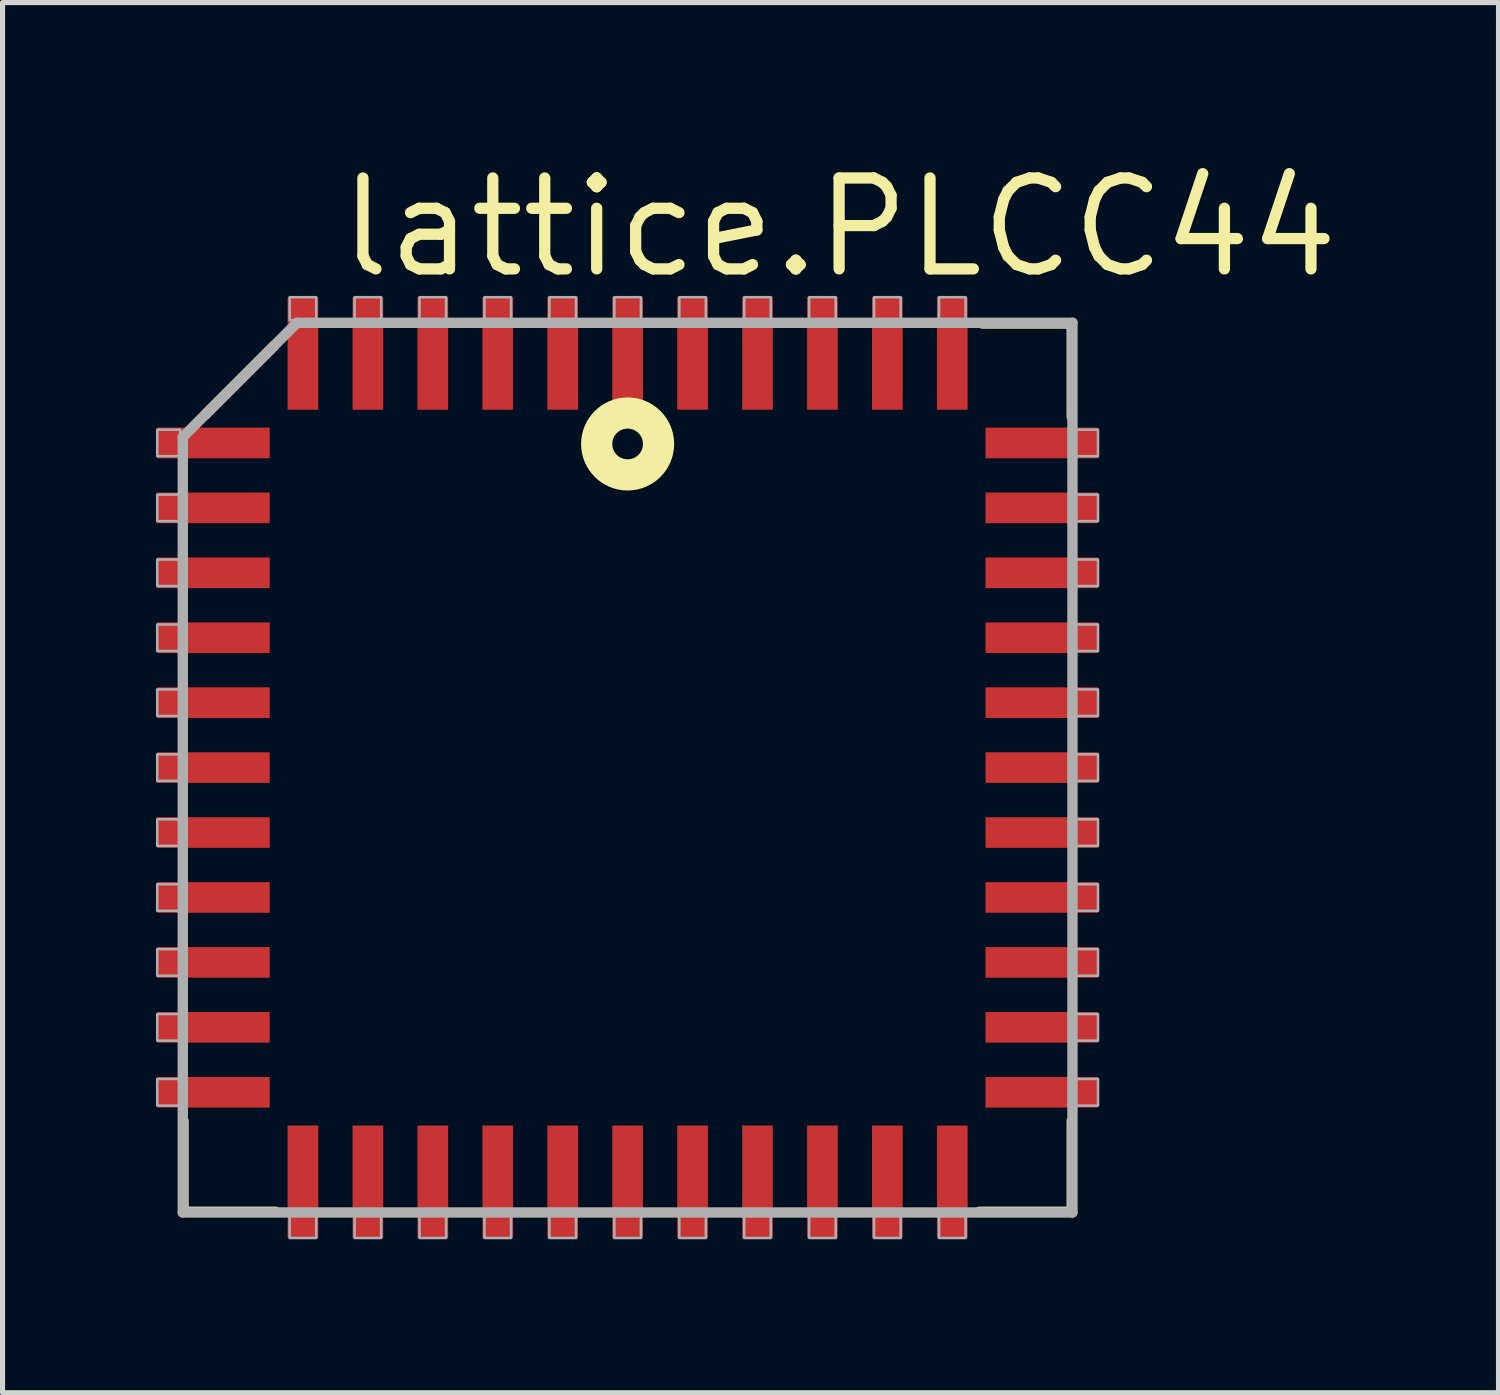
<source format=kicad_pcb>
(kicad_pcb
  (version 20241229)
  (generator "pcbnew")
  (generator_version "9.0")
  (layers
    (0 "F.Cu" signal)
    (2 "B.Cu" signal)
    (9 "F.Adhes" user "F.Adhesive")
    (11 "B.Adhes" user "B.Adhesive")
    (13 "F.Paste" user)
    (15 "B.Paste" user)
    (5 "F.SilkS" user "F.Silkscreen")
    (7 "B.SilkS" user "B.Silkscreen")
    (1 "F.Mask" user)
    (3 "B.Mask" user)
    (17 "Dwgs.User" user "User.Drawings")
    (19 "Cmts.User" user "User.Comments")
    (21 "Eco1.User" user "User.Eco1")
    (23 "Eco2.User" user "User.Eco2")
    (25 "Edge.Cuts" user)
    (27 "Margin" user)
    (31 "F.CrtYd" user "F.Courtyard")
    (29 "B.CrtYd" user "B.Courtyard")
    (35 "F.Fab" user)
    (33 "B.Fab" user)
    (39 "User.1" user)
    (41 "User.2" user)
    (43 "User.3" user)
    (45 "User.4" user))
  (footprint "lattice.PLCC44"
    (layer "F.Cu")
    (at 9.225 11.963)
    (property "Reference" "lattice.PLCC44" (at -5.745 -9.525 0) (layer "F.SilkS") (effects (font (size 1.778 1.778) (thickness 0.22)) (justify left bottom)))
    (attr smd)
    (fp_line (start -8.687 6.909) (end -8.687 8.687) (stroke (width 0.203) (type default)) (layer "F.SilkS"))
    (fp_line (start -8.687 8.687) (end -6.883 8.687) (stroke (width 0.203) (type default)) (layer "F.SilkS"))
    (fp_line (start -8.255 -6.909) (end -6.909 -8.255) (stroke (width 0.203) (type default)) (layer "F.SilkS"))
    (fp_line (start 6.883 8.687) (end 8.687 8.687) (stroke (width 0.203) (type default)) (layer "F.SilkS"))
    (fp_line (start 8.687 -8.687) (end 6.934 -8.687) (stroke (width 0.203) (type default)) (layer "F.SilkS"))
    (fp_line (start 8.687 -6.858) (end 8.687 -8.687) (stroke (width 0.203) (type default)) (layer "F.SilkS"))
    (fp_line (start 8.687 8.687) (end 8.687 6.909) (stroke (width 0.203) (type default)) (layer "F.SilkS"))
    (fp_circle (center 0 -6.33) (end 0.3 -6.33) (stroke (width 0.61) (type default)) (fill no) (layer "F.SilkS"))
    (fp_line (start -8.7 -6.465) (end -8.7 8.7) (stroke (width 0.203) (type default)) (layer "F.Fab"))
    (fp_line (start -8.7 8.7) (end 8.7 8.7) (stroke (width 0.203) (type default)) (layer "F.Fab"))
    (fp_line (start -6.465 -8.7) (end -8.7 -6.465) (stroke (width 0.203) (type default)) (layer "F.Fab"))
    (fp_line (start 8.7 -8.7) (end -6.465 -8.7) (stroke (width 0.203) (type default)) (layer "F.Fab"))
    (fp_line (start 8.7 8.7) (end 8.7 -8.7) (stroke (width 0.203) (type default)) (layer "F.Fab"))
    (fp_rect (start -9.2 -6.09) (end -8.75 -6.61) (stroke (width 0.05) (type default)) (fill no) (layer "F.Fab"))
    (fp_rect (start -9.2 -4.82) (end -8.75 -5.34) (stroke (width 0.05) (type default)) (fill no) (layer "F.Fab"))
    (fp_rect (start -9.2 -3.55) (end -8.75 -4.07) (stroke (width 0.05) (type default)) (fill no) (layer "F.Fab"))
    (fp_rect (start -9.2 -2.28) (end -8.75 -2.8) (stroke (width 0.05) (type default)) (fill no) (layer "F.Fab"))
    (fp_rect (start -9.2 -1.01) (end -8.75 -1.53) (stroke (width 0.05) (type default)) (fill no) (layer "F.Fab"))
    (fp_rect (start -9.2 0.26) (end -8.75 -0.26) (stroke (width 0.05) (type default)) (fill no) (layer "F.Fab"))
    (fp_rect (start -9.2 1.53) (end -8.75 1.01) (stroke (width 0.05) (type default)) (fill no) (layer "F.Fab"))
    (fp_rect (start -9.2 2.8) (end -8.75 2.28) (stroke (width 0.05) (type default)) (fill no) (layer "F.Fab"))
    (fp_rect (start -9.2 4.07) (end -8.75 3.55) (stroke (width 0.05) (type default)) (fill no) (layer "F.Fab"))
    (fp_rect (start -9.2 5.34) (end -8.75 4.82) (stroke (width 0.05) (type default)) (fill no) (layer "F.Fab"))
    (fp_rect (start -9.2 6.61) (end -8.75 6.09) (stroke (width 0.05) (type default)) (fill no) (layer "F.Fab"))
    (fp_rect (start -6.61 -8.75) (end -6.09 -9.2) (stroke (width 0.05) (type default)) (fill no) (layer "F.Fab"))
    (fp_rect (start -6.61 9.2) (end -6.09 8.75) (stroke (width 0.05) (type default)) (fill no) (layer "F.Fab"))
    (fp_rect (start -5.34 -8.75) (end -4.82 -9.2) (stroke (width 0.05) (type default)) (fill no) (layer "F.Fab"))
    (fp_rect (start -5.34 9.2) (end -4.82 8.75) (stroke (width 0.05) (type default)) (fill no) (layer "F.Fab"))
    (fp_rect (start -4.07 -8.75) (end -3.55 -9.2) (stroke (width 0.05) (type default)) (fill no) (layer "F.Fab"))
    (fp_rect (start -4.07 9.2) (end -3.55 8.75) (stroke (width 0.05) (type default)) (fill no) (layer "F.Fab"))
    (fp_rect (start -2.8 -8.75) (end -2.28 -9.2) (stroke (width 0.05) (type default)) (fill no) (layer "F.Fab"))
    (fp_rect (start -2.8 9.2) (end -2.28 8.75) (stroke (width 0.05) (type default)) (fill no) (layer "F.Fab"))
    (fp_rect (start -1.53 -8.75) (end -1.01 -9.2) (stroke (width 0.05) (type default)) (fill no) (layer "F.Fab"))
    (fp_rect (start -1.53 9.2) (end -1.01 8.75) (stroke (width 0.05) (type default)) (fill no) (layer "F.Fab"))
    (fp_rect (start -0.26 -8.75) (end 0.26 -9.2) (stroke (width 0.05) (type default)) (fill no) (layer "F.Fab"))
    (fp_rect (start -0.26 9.2) (end 0.26 8.75) (stroke (width 0.05) (type default)) (fill no) (layer "F.Fab"))
    (fp_rect (start 1.01 -8.75) (end 1.53 -9.2) (stroke (width 0.05) (type default)) (fill no) (layer "F.Fab"))
    (fp_rect (start 1.01 9.2) (end 1.53 8.75) (stroke (width 0.05) (type default)) (fill no) (layer "F.Fab"))
    (fp_rect (start 2.28 -8.75) (end 2.8 -9.2) (stroke (width 0.05) (type default)) (fill no) (layer "F.Fab"))
    (fp_rect (start 2.28 9.2) (end 2.8 8.75) (stroke (width 0.05) (type default)) (fill no) (layer "F.Fab"))
    (fp_rect (start 3.55 -8.75) (end 4.07 -9.2) (stroke (width 0.05) (type default)) (fill no) (layer "F.Fab"))
    (fp_rect (start 3.55 9.2) (end 4.07 8.75) (stroke (width 0.05) (type default)) (fill no) (layer "F.Fab"))
    (fp_rect (start 4.82 -8.75) (end 5.34 -9.2) (stroke (width 0.05) (type default)) (fill no) (layer "F.Fab"))
    (fp_rect (start 4.82 9.2) (end 5.34 8.75) (stroke (width 0.05) (type default)) (fill no) (layer "F.Fab"))
    (fp_rect (start 6.09 -8.75) (end 6.61 -9.2) (stroke (width 0.05) (type default)) (fill no) (layer "F.Fab"))
    (fp_rect (start 6.09 9.2) (end 6.61 8.75) (stroke (width 0.05) (type default)) (fill no) (layer "F.Fab"))
    (fp_rect (start 8.75 -6.09) (end 9.2 -6.61) (stroke (width 0.05) (type default)) (fill no) (layer "F.Fab"))
    (fp_rect (start 8.75 -4.82) (end 9.2 -5.34) (stroke (width 0.05) (type default)) (fill no) (layer "F.Fab"))
    (fp_rect (start 8.75 -3.55) (end 9.2 -4.07) (stroke (width 0.05) (type default)) (fill no) (layer "F.Fab"))
    (fp_rect (start 8.75 -2.28) (end 9.2 -2.8) (stroke (width 0.05) (type default)) (fill no) (layer "F.Fab"))
    (fp_rect (start 8.75 -1.01) (end 9.2 -1.53) (stroke (width 0.05) (type default)) (fill no) (layer "F.Fab"))
    (fp_rect (start 8.75 0.26) (end 9.2 -0.26) (stroke (width 0.05) (type default)) (fill no) (layer "F.Fab"))
    (fp_rect (start 8.75 1.53) (end 9.2 1.01) (stroke (width 0.05) (type default)) (fill no) (layer "F.Fab"))
    (fp_rect (start 8.75 2.8) (end 9.2 2.28) (stroke (width 0.05) (type default)) (fill no) (layer "F.Fab"))
    (fp_rect (start 8.75 4.07) (end 9.2 3.55) (stroke (width 0.05) (type default)) (fill no) (layer "F.Fab"))
    (fp_rect (start 8.75 5.34) (end 9.2 4.82) (stroke (width 0.05) (type default)) (fill no) (layer "F.Fab"))
    (fp_rect (start 8.75 6.61) (end 9.2 6.09) (stroke (width 0.05) (type default)) (fill no) (layer "F.Fab"))
    (pad "1" smd roundrect (at 0 -8.1) (size 0.6 2.2) (layers "F.Cu" "F.Mask" "F.Paste") (roundrect_rratio 0.01))
    (pad "2" smd roundrect (at -1.27 -8.1) (size 0.6 2.2) (layers "F.Cu" "F.Mask" "F.Paste") (roundrect_rratio 0.01))
    (pad "3" smd roundrect (at -2.54 -8.1) (size 0.6 2.2) (layers "F.Cu" "F.Mask" "F.Paste") (roundrect_rratio 0.01))
    (pad "4" smd roundrect (at -3.81 -8.1) (size 0.6 2.2) (layers "F.Cu" "F.Mask" "F.Paste") (roundrect_rratio 0.01))
    (pad "5" smd roundrect (at -5.08 -8.1) (size 0.6 2.2) (layers "F.Cu" "F.Mask" "F.Paste") (roundrect_rratio 0.01))
    (pad "6" smd roundrect (at -6.35 -8.1) (size 0.6 2.2) (layers "F.Cu" "F.Mask" "F.Paste") (roundrect_rratio 0.01))
    (pad "7" smd roundrect (at -8.1 -6.35) (size 2.2 0.6) (layers "F.Cu" "F.Mask" "F.Paste") (roundrect_rratio 0.01))
    (pad "8" smd roundrect (at -8.1 -5.08) (size 2.2 0.6) (layers "F.Cu" "F.Mask" "F.Paste") (roundrect_rratio 0.01))
    (pad "9" smd roundrect (at -8.1 -3.81) (size 2.2 0.6) (layers "F.Cu" "F.Mask" "F.Paste") (roundrect_rratio 0.01))
    (pad "10" smd roundrect (at -8.1 -2.54) (size 2.2 0.6) (layers "F.Cu" "F.Mask" "F.Paste") (roundrect_rratio 0.01))
    (pad "11" smd roundrect (at -8.1 -1.27) (size 2.2 0.6) (layers "F.Cu" "F.Mask" "F.Paste") (roundrect_rratio 0.01))
    (pad "12" smd roundrect (at -8.1 0) (size 2.2 0.6) (layers "F.Cu" "F.Mask" "F.Paste") (roundrect_rratio 0.01))
    (pad "13" smd roundrect (at -8.1 1.27) (size 2.2 0.6) (layers "F.Cu" "F.Mask" "F.Paste") (roundrect_rratio 0.01))
    (pad "14" smd roundrect (at -8.1 2.54) (size 2.2 0.6) (layers "F.Cu" "F.Mask" "F.Paste") (roundrect_rratio 0.01))
    (pad "15" smd roundrect (at -8.1 3.81) (size 2.2 0.6) (layers "F.Cu" "F.Mask" "F.Paste") (roundrect_rratio 0.01))
    (pad "16" smd roundrect (at -8.1 5.08) (size 2.2 0.6) (layers "F.Cu" "F.Mask" "F.Paste") (roundrect_rratio 0.01))
    (pad "17" smd roundrect (at -8.1 6.35) (size 2.2 0.6) (layers "F.Cu" "F.Mask" "F.Paste") (roundrect_rratio 0.01))
    (pad "18" smd roundrect (at -6.35 8.1) (size 0.6 2.2) (layers "F.Cu" "F.Mask" "F.Paste") (roundrect_rratio 0.01))
    (pad "19" smd roundrect (at -5.08 8.1) (size 0.6 2.2) (layers "F.Cu" "F.Mask" "F.Paste") (roundrect_rratio 0.01))
    (pad "20" smd roundrect (at -3.81 8.1) (size 0.6 2.2) (layers "F.Cu" "F.Mask" "F.Paste") (roundrect_rratio 0.01))
    (pad "21" smd roundrect (at -2.54 8.1) (size 0.6 2.2) (layers "F.Cu" "F.Mask" "F.Paste") (roundrect_rratio 0.01))
    (pad "22" smd roundrect (at -1.27 8.1) (size 0.6 2.2) (layers "F.Cu" "F.Mask" "F.Paste") (roundrect_rratio 0.01))
    (pad "23" smd roundrect (at 0 8.1) (size 0.6 2.2) (layers "F.Cu" "F.Mask" "F.Paste") (roundrect_rratio 0.01))
    (pad "24" smd roundrect (at 1.27 8.1) (size 0.6 2.2) (layers "F.Cu" "F.Mask" "F.Paste") (roundrect_rratio 0.01))
    (pad "25" smd roundrect (at 2.54 8.1) (size 0.6 2.2) (layers "F.Cu" "F.Mask" "F.Paste") (roundrect_rratio 0.01))
    (pad "26" smd roundrect (at 3.81 8.1) (size 0.6 2.2) (layers "F.Cu" "F.Mask" "F.Paste") (roundrect_rratio 0.01))
    (pad "27" smd roundrect (at 5.08 8.1) (size 0.6 2.2) (layers "F.Cu" "F.Mask" "F.Paste") (roundrect_rratio 0.01))
    (pad "28" smd roundrect (at 6.35 8.1) (size 0.6 2.2) (layers "F.Cu" "F.Mask" "F.Paste") (roundrect_rratio 0.01))
    (pad "29" smd roundrect (at 8.1 6.35) (size 2.2 0.6) (layers "F.Cu" "F.Mask" "F.Paste") (roundrect_rratio 0.01))
    (pad "30" smd roundrect (at 8.1 5.08) (size 2.2 0.6) (layers "F.Cu" "F.Mask" "F.Paste") (roundrect_rratio 0.01))
    (pad "31" smd roundrect (at 8.1 3.81) (size 2.2 0.6) (layers "F.Cu" "F.Mask" "F.Paste") (roundrect_rratio 0.01))
    (pad "32" smd roundrect (at 8.1 2.54) (size 2.2 0.6) (layers "F.Cu" "F.Mask" "F.Paste") (roundrect_rratio 0.01))
    (pad "33" smd roundrect (at 8.1 1.27) (size 2.2 0.6) (layers "F.Cu" "F.Mask" "F.Paste") (roundrect_rratio 0.01))
    (pad "34" smd roundrect (at 8.1 0) (size 2.2 0.6) (layers "F.Cu" "F.Mask" "F.Paste") (roundrect_rratio 0.01))
    (pad "35" smd roundrect (at 8.1 -1.27) (size 2.2 0.6) (layers "F.Cu" "F.Mask" "F.Paste") (roundrect_rratio 0.01))
    (pad "36" smd roundrect (at 8.1 -2.54) (size 2.2 0.6) (layers "F.Cu" "F.Mask" "F.Paste") (roundrect_rratio 0.01))
    (pad "37" smd roundrect (at 8.1 -3.81) (size 2.2 0.6) (layers "F.Cu" "F.Mask" "F.Paste") (roundrect_rratio 0.01))
    (pad "38" smd roundrect (at 8.1 -5.08) (size 2.2 0.6) (layers "F.Cu" "F.Mask" "F.Paste") (roundrect_rratio 0.01))
    (pad "39" smd roundrect (at 8.1 -6.35) (size 2.2 0.6) (layers "F.Cu" "F.Mask" "F.Paste") (roundrect_rratio 0.01))
    (pad "40" smd roundrect (at 6.35 -8.1) (size 0.6 2.2) (layers "F.Cu" "F.Mask" "F.Paste") (roundrect_rratio 0.01))
    (pad "41" smd roundrect (at 5.08 -8.1) (size 0.6 2.2) (layers "F.Cu" "F.Mask" "F.Paste") (roundrect_rratio 0.01))
    (pad "42" smd roundrect (at 3.81 -8.1) (size 0.6 2.2) (layers "F.Cu" "F.Mask" "F.Paste") (roundrect_rratio 0.01))
    (pad "43" smd roundrect (at 2.54 -8.1) (size 0.6 2.2) (layers "F.Cu" "F.Mask" "F.Paste") (roundrect_rratio 0.01))
    (pad "44" smd roundrect (at 1.27 -8.1) (size 0.6 2.2) (layers "F.Cu" "F.Mask" "F.Paste") (roundrect_rratio 0.01)))
  (gr_rect
    (start -3 -3)
    (end 26.258 24.188)
    (stroke (width 0.1) (type default))
    (fill no)
    (layer "Edge.Cuts")))
</source>
